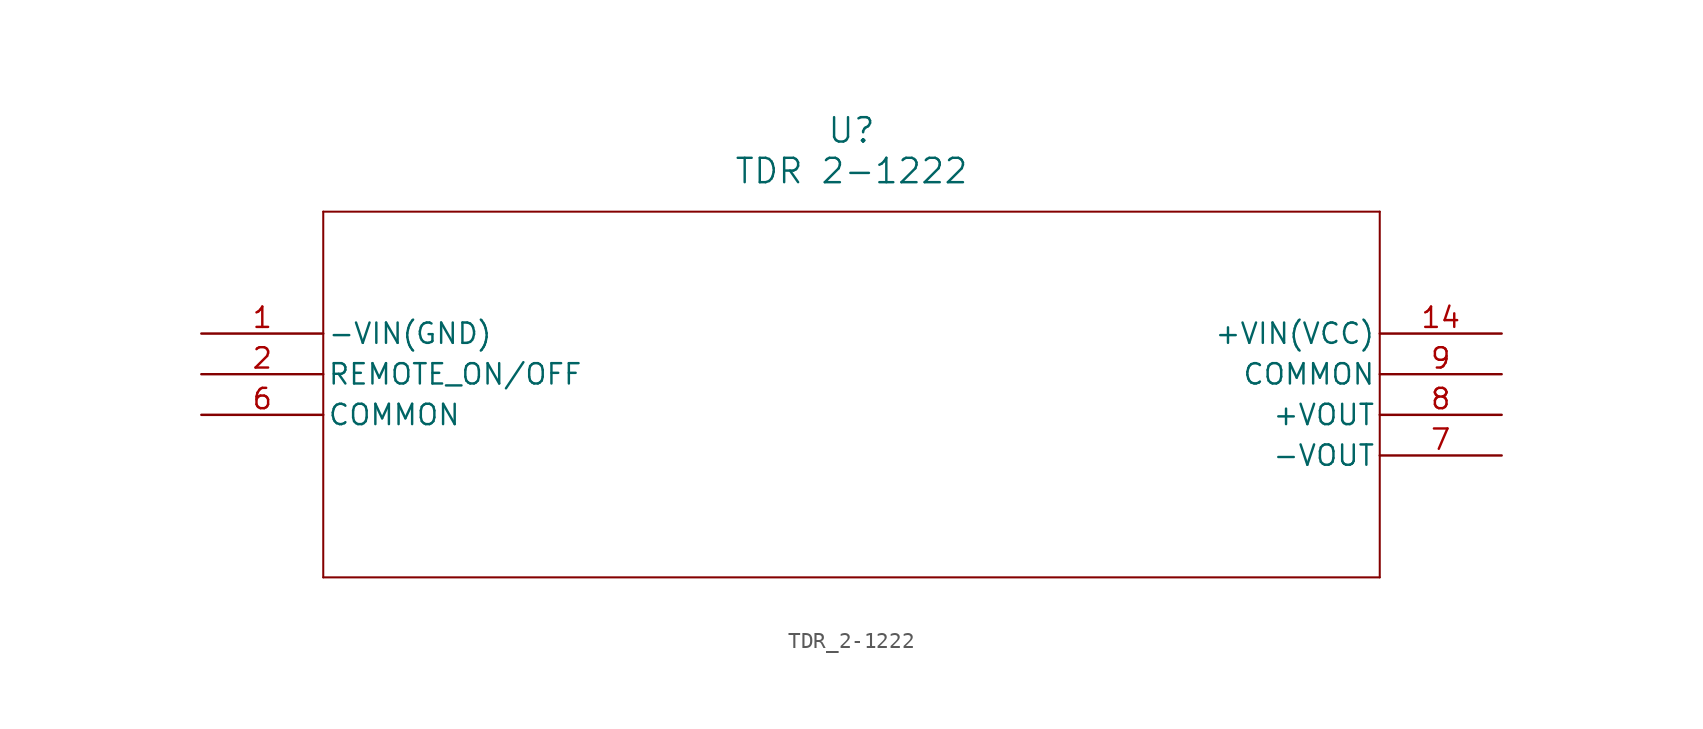
<source format=kicad_sym>
(kicad_symbol_lib
  (version 20211014)
  (generator kicad_symbol_editor)
  (symbol "TDR_2-1222"
    (pin_names
      (offset 0.254))
    (property "Reference" "U"
      (at 40.64 12.7 0)
      (effects (font (size 1.524 1.524))))
    (property "Value" "TDR 2-1222"
      (at 40.64 10.16 0)
      (effects (font (size 1.524 1.524))))
    (symbol "TDR_2-1222_0_1"
      (polyline (pts (xy 7.62 7.62) (xy 7.62 -15.24)) (stroke (width 0.127) (type default) (color 0 0 0 0)) (fill (type none)))
      (polyline (pts (xy 7.62 -15.24) (xy 73.66 -15.24)) (stroke (width 0.127) (type default) (color 0 0 0 0)) (fill (type none)))
      (polyline (pts (xy 73.66 -15.24) (xy 73.66 7.62)) (stroke (width 0.127) (type default) (color 0 0 0 0)) (fill (type none)))
      (polyline (pts (xy 73.66 7.62) (xy 7.62 7.62)) (stroke (width 0.127) (type default) (color 0 0 0 0)) (fill (type none)))
      (pin power_out line (at 0 0 0) (length 7.62) (name "-VIN(GND)" (effects (font (size 1.27 1.27)))) (number "1" (effects (font (size 1.27 1.27)))))
      (pin unspecified line (at 0 -2.54 0) (length 7.62) (name "REMOTE ON/OFF" (effects (font (size 1.27 1.27)))) (number "2" (effects (font (size 1.27 1.27)))))
      (pin unspecified line (at 0 -5.08 0) (length 7.62) (name "COMMON" (effects (font (size 1.27 1.27)))) (number "6" (effects (font (size 1.27 1.27)))))
      (pin power_in line (at 81.28 -7.62 180) (length 7.62) (name "-VOUT" (effects (font (size 1.27 1.27)))) (number "7" (effects (font (size 1.27 1.27)))))
      (pin power_in line (at 81.28 -5.08 180) (length 7.62) (name "+VOUT" (effects (font (size 1.27 1.27)))) (number "8" (effects (font (size 1.27 1.27)))))
      (pin unspecified line (at 81.28 -2.54 180) (length 7.62) (name "COMMON" (effects (font (size 1.27 1.27)))) (number "9" (effects (font (size 1.27 1.27)))))
      (pin power_in line (at 81.28 0 180) (length 7.62) (name "+VIN(VCC)" (effects (font (size 1.27 1.27)))) (number "14" (effects (font (size 1.27 1.27))))))))
</source>
